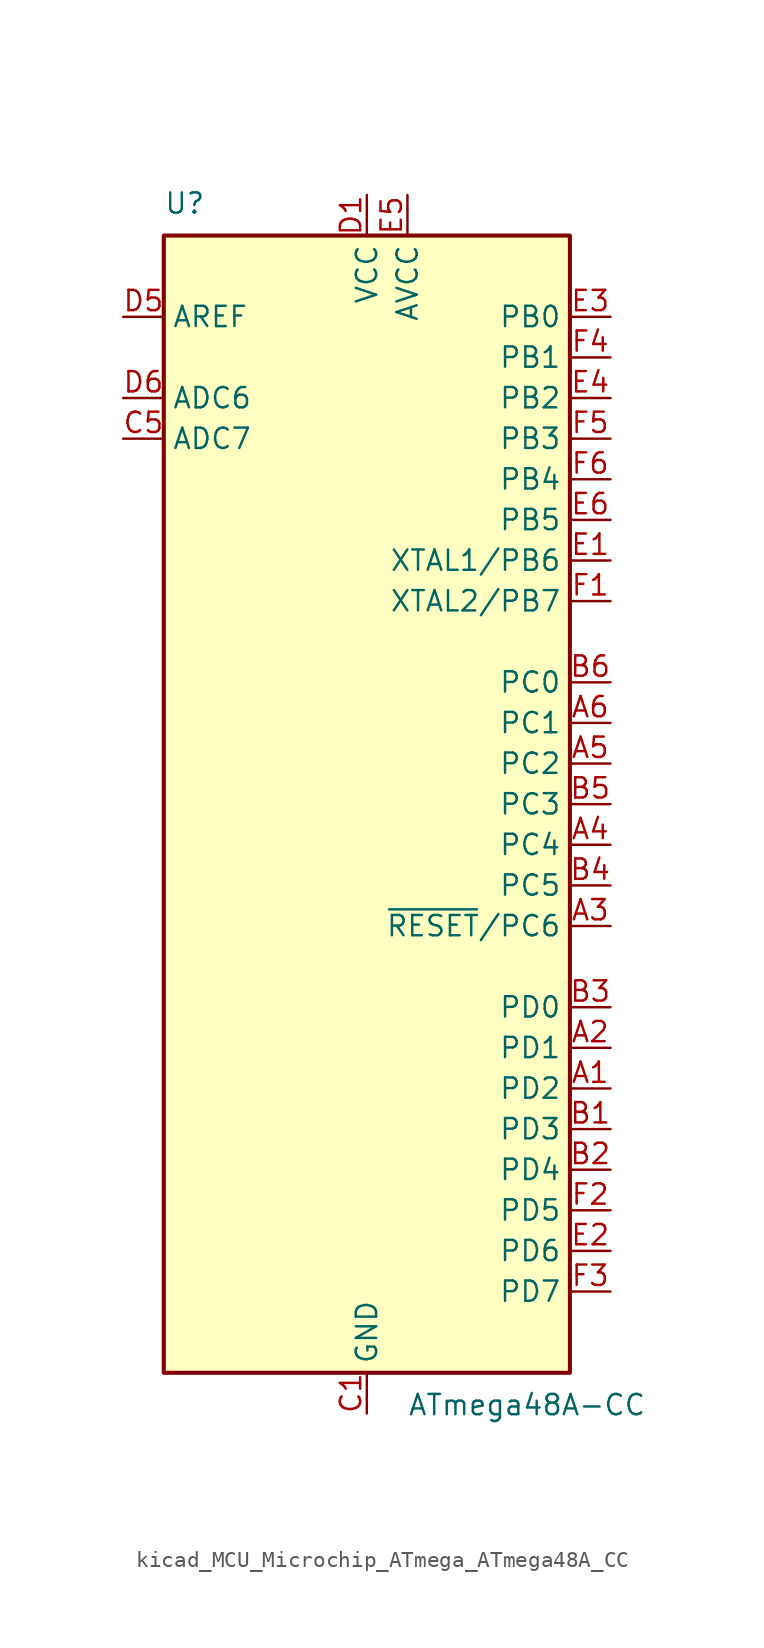
<source format=kicad_sym>
(kicad_symbol_lib
  (version 20220914)
  (generator kicad_symbol_editor)
  (symbol "kicad_MCU_Microchip_ATmega_ATmega48A_CC"
    (property "Reference" "U"
      (at -12.7 36.83 0)
      (effects (font (size 1.27 1.27)) (justify left bottom)))
    (property "Value" "ATmega48A-CC"
      (at 2.54 -36.83 0)
      (effects (font (size 1.27 1.27)) (justify left top)))
    (symbol "kicad_MCU_Microchip_ATmega_ATmega48A_CC_0_1"
      (rectangle (start -12.7 -35.56) (end 12.7 35.56) (stroke (width 0.254) (type default)) (fill (type background))))
    (symbol "kicad_MCU_Microchip_ATmega_ATmega48A_CC_1_1"
      (pin bidirectional line (at 15.24 -17.78 180) (length 2.54) (name "PD2" (effects (font (size 1.27 1.27)))) (number "A1" (effects (font (size 1.27 1.27)))))
      (pin bidirectional line (at 15.24 -15.24 180) (length 2.54) (name "PD1" (effects (font (size 1.27 1.27)))) (number "A2" (effects (font (size 1.27 1.27)))))
      (pin bidirectional line (at 15.24 -7.62 180) (length 2.54) (name "~{RESET}/PC6" (effects (font (size 1.27 1.27)))) (number "A3" (effects (font (size 1.27 1.27)))))
      (pin bidirectional line (at 15.24 -2.54 180) (length 2.54) (name "PC4" (effects (font (size 1.27 1.27)))) (number "A4" (effects (font (size 1.27 1.27)))))
      (pin bidirectional line (at 15.24 2.54 180) (length 2.54) (name "PC2" (effects (font (size 1.27 1.27)))) (number "A5" (effects (font (size 1.27 1.27)))))
      (pin bidirectional line (at 15.24 5.08 180) (length 2.54) (name "PC1" (effects (font (size 1.27 1.27)))) (number "A6" (effects (font (size 1.27 1.27)))))
      (pin bidirectional line (at 15.24 -20.32 180) (length 2.54) (name "PD3" (effects (font (size 1.27 1.27)))) (number "B1" (effects (font (size 1.27 1.27)))))
      (pin bidirectional line (at 15.24 -22.86 180) (length 2.54) (name "PD4" (effects (font (size 1.27 1.27)))) (number "B2" (effects (font (size 1.27 1.27)))))
      (pin bidirectional line (at 15.24 -12.7 180) (length 2.54) (name "PD0" (effects (font (size 1.27 1.27)))) (number "B3" (effects (font (size 1.27 1.27)))))
      (pin bidirectional line (at 15.24 -5.08 180) (length 2.54) (name "PC5" (effects (font (size 1.27 1.27)))) (number "B4" (effects (font (size 1.27 1.27)))))
      (pin bidirectional line (at 15.24 0 180) (length 2.54) (name "PC3" (effects (font (size 1.27 1.27)))) (number "B5" (effects (font (size 1.27 1.27)))))
      (pin bidirectional line (at 15.24 7.62 180) (length 2.54) (name "PC0" (effects (font (size 1.27 1.27)))) (number "B6" (effects (font (size 1.27 1.27)))))
      (pin power_in line (at 0 -38.1 90) (length 2.54) (name "GND" (effects (font (size 1.27 1.27)))) (number "C1" (effects (font (size 1.27 1.27)))))
      (pin passive line (at 0 -38.1 90) (length 2.54) hide (name "GND" (effects (font (size 1.27 1.27)))) (number "C2" (effects (font (size 1.27 1.27)))))
      (pin input line (at -15.24 22.86 0) (length 2.54) (name "ADC7" (effects (font (size 1.27 1.27)))) (number "C5" (effects (font (size 1.27 1.27)))))
      (pin passive line (at 0 -38.1 90) (length 2.54) hide (name "GND" (effects (font (size 1.27 1.27)))) (number "C6" (effects (font (size 1.27 1.27)))))
      (pin power_in line (at 0 38.1 270) (length 2.54) (name "VCC" (effects (font (size 1.27 1.27)))) (number "D1" (effects (font (size 1.27 1.27)))))
      (pin passive line (at 0 38.1 270) (length 2.54) hide (name "VCC" (effects (font (size 1.27 1.27)))) (number "D2" (effects (font (size 1.27 1.27)))))
      (pin passive line (at -15.24 30.48 0) (length 2.54) (name "AREF" (effects (font (size 1.27 1.27)))) (number "D5" (effects (font (size 1.27 1.27)))))
      (pin input line (at -15.24 25.4 0) (length 2.54) (name "ADC6" (effects (font (size 1.27 1.27)))) (number "D6" (effects (font (size 1.27 1.27)))))
      (pin bidirectional line (at 15.24 15.24 180) (length 2.54) (name "XTAL1/PB6" (effects (font (size 1.27 1.27)))) (number "E1" (effects (font (size 1.27 1.27)))))
      (pin bidirectional line (at 15.24 -27.94 180) (length 2.54) (name "PD6" (effects (font (size 1.27 1.27)))) (number "E2" (effects (font (size 1.27 1.27)))))
      (pin bidirectional line (at 15.24 30.48 180) (length 2.54) (name "PB0" (effects (font (size 1.27 1.27)))) (number "E3" (effects (font (size 1.27 1.27)))))
      (pin bidirectional line (at 15.24 25.4 180) (length 2.54) (name "PB2" (effects (font (size 1.27 1.27)))) (number "E4" (effects (font (size 1.27 1.27)))))
      (pin power_in line (at 2.54 38.1 270) (length 2.54) (name "AVCC" (effects (font (size 1.27 1.27)))) (number "E5" (effects (font (size 1.27 1.27)))))
      (pin bidirectional line (at 15.24 17.78 180) (length 2.54) (name "PB5" (effects (font (size 1.27 1.27)))) (number "E6" (effects (font (size 1.27 1.27)))))
      (pin bidirectional line (at 15.24 12.7 180) (length 2.54) (name "XTAL2/PB7" (effects (font (size 1.27 1.27)))) (number "F1" (effects (font (size 1.27 1.27)))))
      (pin bidirectional line (at 15.24 -25.4 180) (length 2.54) (name "PD5" (effects (font (size 1.27 1.27)))) (number "F2" (effects (font (size 1.27 1.27)))))
      (pin bidirectional line (at 15.24 -30.48 180) (length 2.54) (name "PD7" (effects (font (size 1.27 1.27)))) (number "F3" (effects (font (size 1.27 1.27)))))
      (pin bidirectional line (at 15.24 27.94 180) (length 2.54) (name "PB1" (effects (font (size 1.27 1.27)))) (number "F4" (effects (font (size 1.27 1.27)))))
      (pin bidirectional line (at 15.24 22.86 180) (length 2.54) (name "PB3" (effects (font (size 1.27 1.27)))) (number "F5" (effects (font (size 1.27 1.27)))))
      (pin bidirectional line (at 15.24 20.32 180) (length 2.54) (name "PB4" (effects (font (size 1.27 1.27)))) (number "F6" (effects (font (size 1.27 1.27))))))))
</source>
